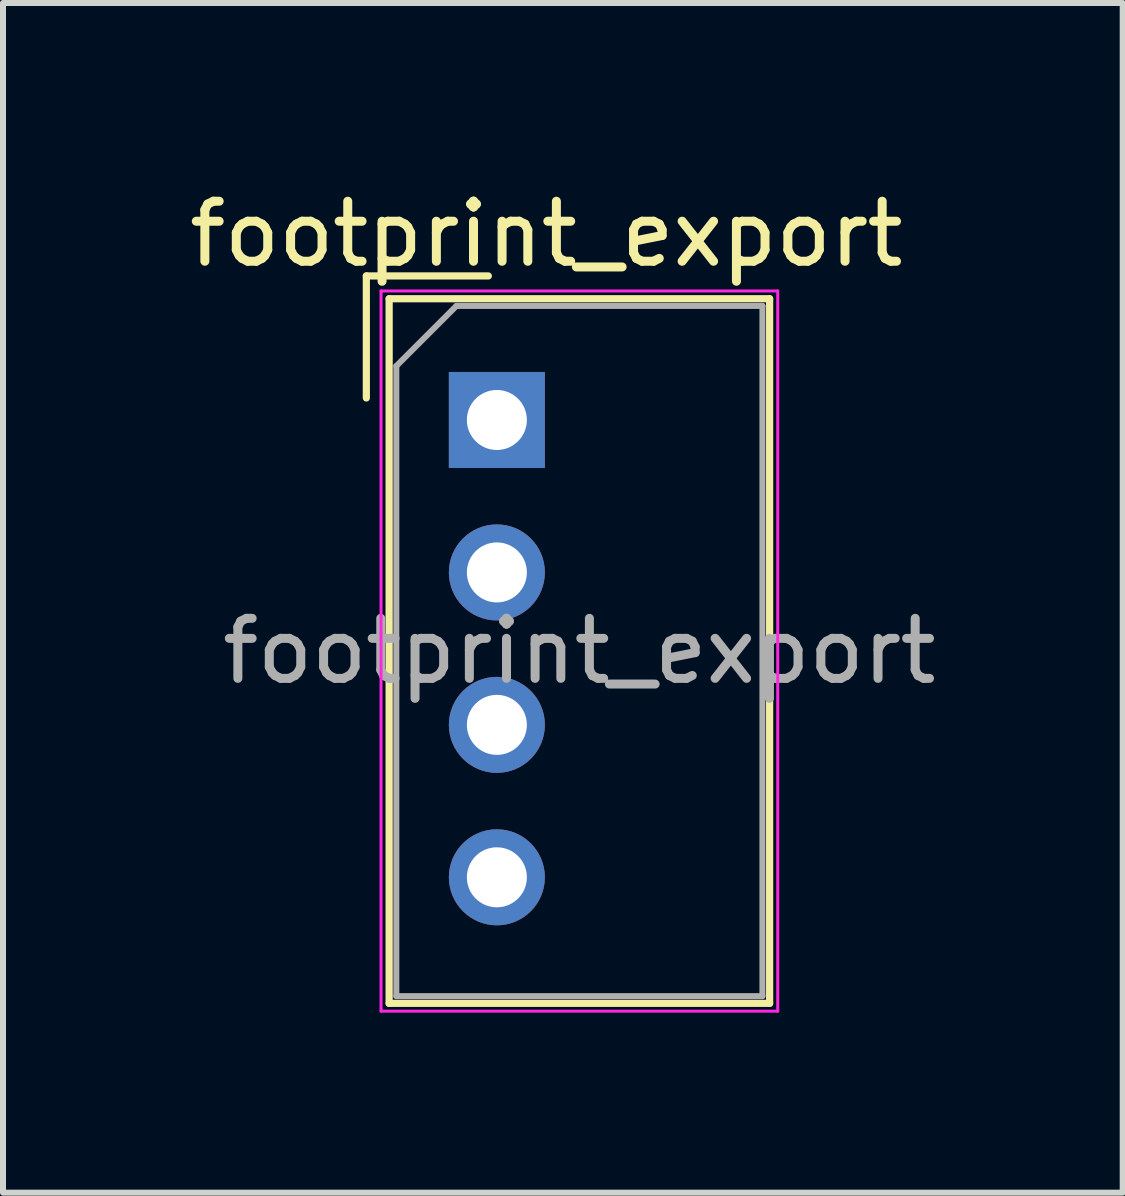
<source format=kicad_pcb>
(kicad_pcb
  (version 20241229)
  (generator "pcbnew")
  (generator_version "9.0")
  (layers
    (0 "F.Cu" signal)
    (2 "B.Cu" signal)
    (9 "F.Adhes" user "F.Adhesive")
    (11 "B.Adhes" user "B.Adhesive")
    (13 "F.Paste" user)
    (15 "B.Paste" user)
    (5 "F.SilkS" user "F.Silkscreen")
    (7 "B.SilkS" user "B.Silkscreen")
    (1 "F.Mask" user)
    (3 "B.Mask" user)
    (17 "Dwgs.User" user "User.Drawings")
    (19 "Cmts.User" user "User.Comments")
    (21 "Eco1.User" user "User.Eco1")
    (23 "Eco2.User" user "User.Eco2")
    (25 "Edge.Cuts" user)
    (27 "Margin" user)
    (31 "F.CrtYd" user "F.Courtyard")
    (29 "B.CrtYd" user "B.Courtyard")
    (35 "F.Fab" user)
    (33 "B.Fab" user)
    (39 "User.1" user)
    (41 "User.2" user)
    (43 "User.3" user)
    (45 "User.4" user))
  (footprint "footprint_export"
    (layer "F.Cu")
    (at 5.229 3.948)
    (property "Reference" "footprint_export" (at 0.825 -3.1 0) (layer "F.SilkS") (effects (font (size 1 1) (thickness 0.15))))
    (attr through_hole)
    (fp_line (start -2.175 -2.4) (end -0.142 -2.4) (stroke (width 0.12) (type solid)) (layer "F.SilkS"))
    (fp_line (start -2.175 -0.367) (end -2.175 -2.4) (stroke (width 0.12) (type solid)) (layer "F.SilkS"))
    (fp_line (start -1.795 -2.02) (end -1.795 9.72) (stroke (width 0.12) (type solid)) (layer "F.SilkS"))
    (fp_line (start -1.795 -2.02) (end 4.545 -2.02) (stroke (width 0.12) (type solid)) (layer "F.SilkS"))
    (fp_line (start -1.795 9.72) (end 4.545 9.72) (stroke (width 0.12) (type solid)) (layer "F.SilkS"))
    (fp_line (start 4.545 -2.02) (end 4.545 9.72) (stroke (width 0.12) (type solid)) (layer "F.SilkS"))
    (fp_line (start -1.93 -2.15) (end -1.93 9.85) (stroke (width 0.05) (type solid)) (layer "F.CrtYd"))
    (fp_line (start -1.93 -2.15) (end 4.68 -2.15) (stroke (width 0.05) (type solid)) (layer "F.CrtYd"))
    (fp_line (start -1.93 9.85) (end 4.68 9.85) (stroke (width 0.05) (type solid)) (layer "F.CrtYd"))
    (fp_line (start 4.68 -2.15) (end 4.68 9.85) (stroke (width 0.05) (type solid)) (layer "F.CrtYd"))
    (fp_line (start -1.675 -0.9) (end -0.675 -1.9) (stroke (width 0.1) (type solid)) (layer "F.Fab"))
    (fp_line (start -1.675 9.6) (end -1.675 -0.9) (stroke (width 0.1) (type solid)) (layer "F.Fab"))
    (fp_line (start -0.675 -1.9) (end 4.425 -1.9) (stroke (width 0.1) (type solid)) (layer "F.Fab"))
    (fp_line (start 4.425 -1.9) (end 4.425 9.6) (stroke (width 0.1) (type solid)) (layer "F.Fab"))
    (fp_line (start 4.425 9.6) (end -1.675 9.6) (stroke (width 0.1) (type solid)) (layer "F.Fab"))
    (fp_text user "${REFERENCE}" (at 1.375 3.85 0) (layer "F.Fab") (effects (font (size 1 1) (thickness 0.15))))
    (pad "1" thru_hole rect (at 0 0) (size 1.6 1.6) (drill 1) (layers "*.Cu" "*.Mask"))
    (pad "2" thru_hole circle (at 0 2.54) (size 1.6 1.6) (drill 1) (layers "*.Cu" "*.Mask"))
    (pad "3" thru_hole circle (at 0 5.08) (size 1.6 1.6) (drill 1) (layers "*.Cu" "*.Mask"))
    (pad "4" thru_hole circle (at 0 7.62) (size 1.6 1.6) (drill 1) (layers "*.Cu" "*.Mask")))
  (gr_rect
    (start -3 -3)
    (end 15.657 16.823)
    (stroke (width 0.1) (type default))
    (fill no)
    (layer "Edge.Cuts")))
</source>
